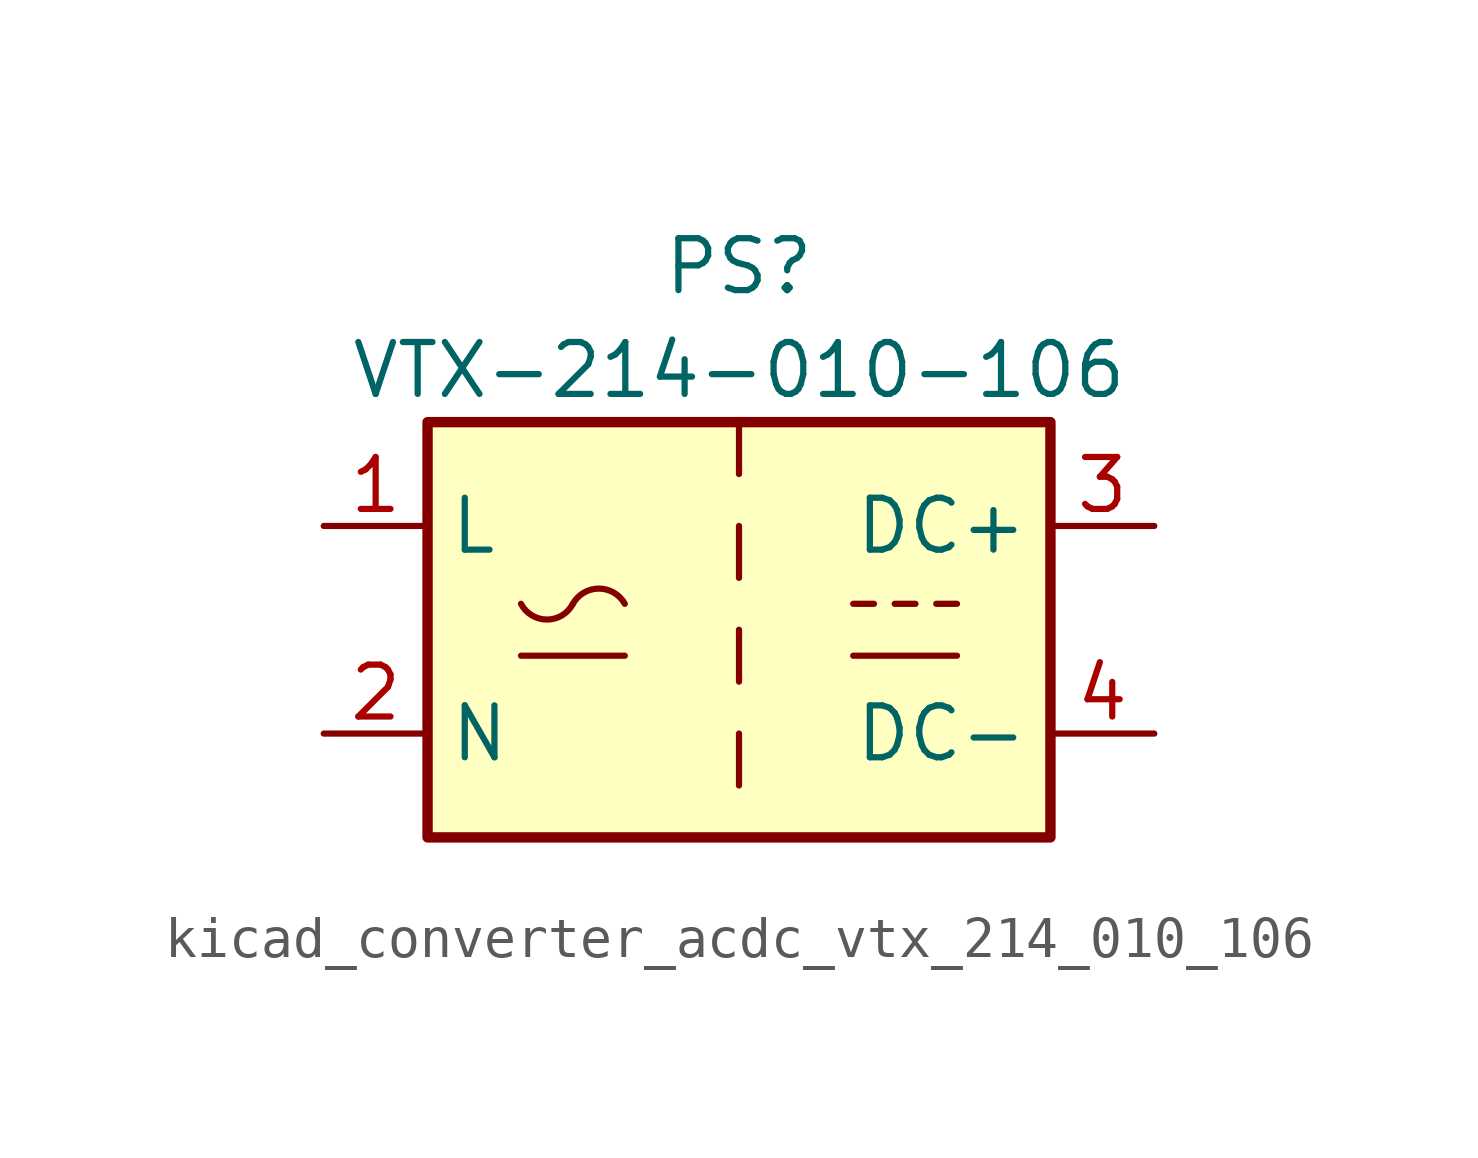
<source format=kicad_sym>
(kicad_symbol_lib
  (version 20220914)
  (generator kicad_symbol_editor)
  (symbol "kicad_converter_acdc_vtx_214_010_106"
    (property "Reference" "PS"
      (at 0 8.89 0)
      (effects (font (size 1.27 1.27))))
    (property "Value" "VTX-214-010-106"
      (at 0 6.35 0)
      (effects (font (size 1.27 1.27))))
    (symbol "kicad_converter_acdc_vtx_214_010_106_0_1"
      (rectangle (start -7.62 5.08) (end 7.62 -5.08) (stroke (width 0.254) (type default)) (fill (type background)))
      (arc (start -5.334 0.635) (mid -4.699 0.2495) (end -4.064 0.635) (stroke (width 0) (type default)) (fill (type none)))
      (arc (start -2.794 0.635) (mid -3.429 1.0072) (end -4.064 0.635) (stroke (width 0) (type default)) (fill (type none)))
      (polyline (pts (xy -5.334 -0.635) (xy -2.794 -0.635)) (stroke (width 0) (type default)) (fill (type none)))
      (polyline (pts (xy 2.794 -0.635) (xy 5.334 -0.635)) (stroke (width 0) (type default)) (fill (type none)))
      (polyline (pts (xy 2.794 0.635) (xy 3.302 0.635)) (stroke (width 0) (type default)) (fill (type none)))
      (polyline (pts (xy 3.81 0.635) (xy 4.318 0.635)) (stroke (width 0) (type default)) (fill (type none)))
      (polyline (pts (xy 4.826 0.635) (xy 5.334 0.635)) (stroke (width 0) (type default)) (fill (type none))))
    (symbol "kicad_converter_acdc_vtx_214_010_106_1_1"
      (polyline (pts (xy 0 -2.54) (xy 0 -3.81)) (stroke (width 0) (type default)) (fill (type none)))
      (polyline (pts (xy 0 0) (xy 0 -1.27)) (stroke (width 0) (type default)) (fill (type none)))
      (polyline (pts (xy 0 2.54) (xy 0 1.27)) (stroke (width 0) (type default)) (fill (type none)))
      (polyline (pts (xy 0 5.08) (xy 0 3.81)) (stroke (width 0) (type default)) (fill (type none)))
      (pin power_in line (at -10.16 2.54 0) (length 2.54) (name "L" (effects (font (size 1.27 1.27)))) (number "1" (effects (font (size 1.27 1.27)))))
      (pin power_in line (at -10.16 -2.54 0) (length 2.54) (name "N" (effects (font (size 1.27 1.27)))) (number "2" (effects (font (size 1.27 1.27)))))
      (pin power_out line (at 10.16 2.54 180) (length 2.54) (name "DC+" (effects (font (size 1.27 1.27)))) (number "3" (effects (font (size 1.27 1.27)))))
      (pin power_out line (at 10.16 -2.54 180) (length 2.54) (name "DC-" (effects (font (size 1.27 1.27)))) (number "4" (effects (font (size 1.27 1.27))))))))
</source>
